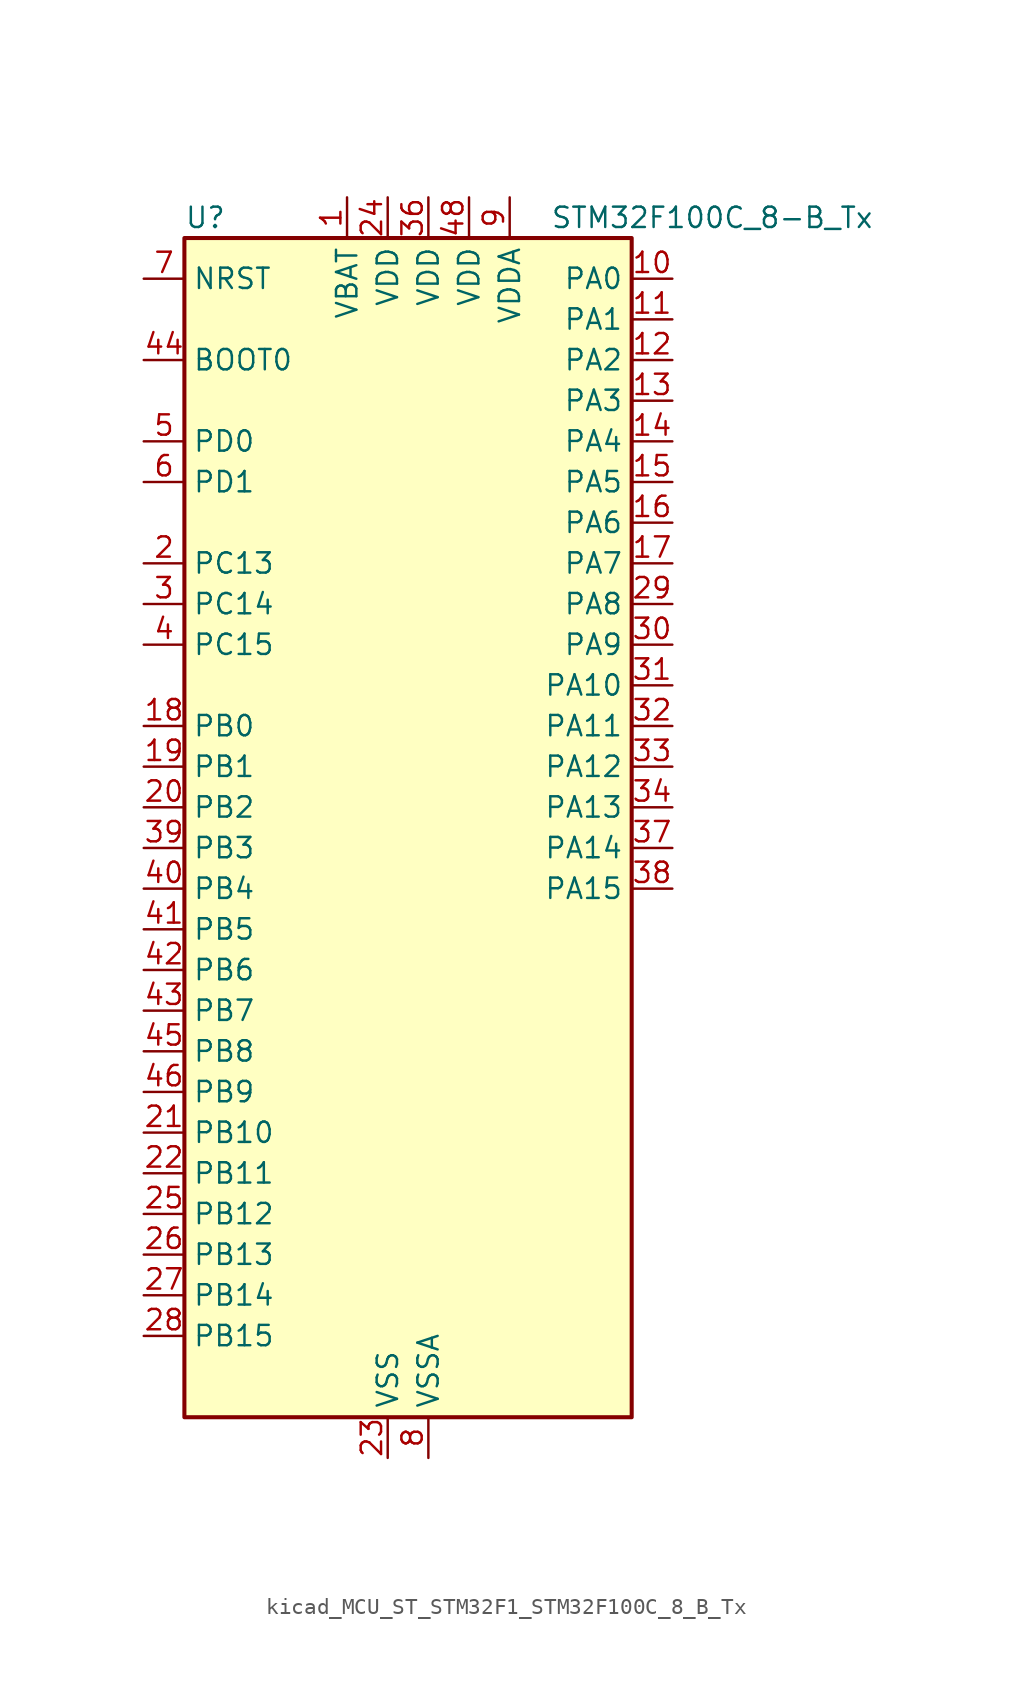
<source format=kicad_sym>
(kicad_symbol_lib
  (version 20220914)
  (generator kicad_symbol_editor)
  (symbol "kicad_MCU_ST_STM32F1_STM32F100C_8_B_Tx"
    (property "Reference" "U"
      (at -12.7 39.37 0)
      (effects (font (size 1.27 1.27)) (justify left)))
    (property "Value" "STM32F100C_8-B_Tx"
      (at 10.16 39.37 0)
      (effects (font (size 1.27 1.27)) (justify left)))
    (property "ki_locked" ""
      (at 0 0 0)
      (effects (font (size 1.27 1.27))))
    (symbol "kicad_MCU_ST_STM32F1_STM32F100C_8_B_Tx_0_1"
      (rectangle (start -12.7 -35.56) (end 15.24 38.1) (stroke (width 0.254) (type default)) (fill (type background))))
    (symbol "kicad_MCU_ST_STM32F1_STM32F100C_8_B_Tx_1_1"
      (pin power_in line (at -2.54 40.64 270) (length 2.54) (name "VBAT" (effects (font (size 1.27 1.27)))) (number "1" (effects (font (size 1.27 1.27)))))
      (pin bidirectional line (at 17.78 35.56 180) (length 2.54) (name "PA0" (effects (font (size 1.27 1.27)))) (number "10" (effects (font (size 1.27 1.27)))) (alternate "ADC1_IN0" bidirectional line) (alternate "SYS_WKUP" bidirectional line) (alternate "TIM2_CH1" bidirectional line) (alternate "TIM2_ETR" bidirectional line) (alternate "USART2_CTS" bidirectional line))
      (pin bidirectional line (at 17.78 33.02 180) (length 2.54) (name "PA1" (effects (font (size 1.27 1.27)))) (number "11" (effects (font (size 1.27 1.27)))) (alternate "ADC1_IN1" bidirectional line) (alternate "TIM2_CH2" bidirectional line) (alternate "USART2_RTS" bidirectional line))
      (pin bidirectional line (at 17.78 30.48 180) (length 2.54) (name "PA2" (effects (font (size 1.27 1.27)))) (number "12" (effects (font (size 1.27 1.27)))) (alternate "ADC1_IN2" bidirectional line) (alternate "TIM15_CH1" bidirectional line) (alternate "TIM2_CH3" bidirectional line) (alternate "USART2_TX" bidirectional line))
      (pin bidirectional line (at 17.78 27.94 180) (length 2.54) (name "PA3" (effects (font (size 1.27 1.27)))) (number "13" (effects (font (size 1.27 1.27)))) (alternate "ADC1_IN3" bidirectional line) (alternate "TIM15_CH2" bidirectional line) (alternate "TIM2_CH4" bidirectional line) (alternate "USART2_RX" bidirectional line))
      (pin bidirectional line (at 17.78 25.4 180) (length 2.54) (name "PA4" (effects (font (size 1.27 1.27)))) (number "14" (effects (font (size 1.27 1.27)))) (alternate "ADC1_IN4" bidirectional line) (alternate "DAC_OUT1" bidirectional line) (alternate "SPI1_NSS" bidirectional line) (alternate "USART2_CK" bidirectional line))
      (pin bidirectional line (at 17.78 22.86 180) (length 2.54) (name "PA5" (effects (font (size 1.27 1.27)))) (number "15" (effects (font (size 1.27 1.27)))) (alternate "ADC1_IN5" bidirectional line) (alternate "DAC_OUT2" bidirectional line) (alternate "SPI1_SCK" bidirectional line))
      (pin bidirectional line (at 17.78 20.32 180) (length 2.54) (name "PA6" (effects (font (size 1.27 1.27)))) (number "16" (effects (font (size 1.27 1.27)))) (alternate "ADC1_IN6" bidirectional line) (alternate "SPI1_MISO" bidirectional line) (alternate "TIM16_CH1" bidirectional line) (alternate "TIM1_BKIN" bidirectional line) (alternate "TIM3_CH1" bidirectional line))
      (pin bidirectional line (at 17.78 17.78 180) (length 2.54) (name "PA7" (effects (font (size 1.27 1.27)))) (number "17" (effects (font (size 1.27 1.27)))) (alternate "ADC1_IN7" bidirectional line) (alternate "SPI1_MOSI" bidirectional line) (alternate "TIM17_CH1" bidirectional line) (alternate "TIM1_CH1N" bidirectional line) (alternate "TIM3_CH2" bidirectional line))
      (pin bidirectional line (at -15.24 7.62 0) (length 2.54) (name "PB0" (effects (font (size 1.27 1.27)))) (number "18" (effects (font (size 1.27 1.27)))) (alternate "ADC1_IN8" bidirectional line) (alternate "TIM1_CH2N" bidirectional line) (alternate "TIM3_CH3" bidirectional line))
      (pin bidirectional line (at -15.24 5.08 0) (length 2.54) (name "PB1" (effects (font (size 1.27 1.27)))) (number "19" (effects (font (size 1.27 1.27)))) (alternate "ADC1_IN9" bidirectional line) (alternate "TIM1_CH3N" bidirectional line) (alternate "TIM3_CH4" bidirectional line))
      (pin bidirectional line (at -15.24 17.78 0) (length 2.54) (name "PC13" (effects (font (size 1.27 1.27)))) (number "2" (effects (font (size 1.27 1.27)))) (alternate "RTC_OUT" bidirectional line) (alternate "RTC_TAMPER" bidirectional line))
      (pin bidirectional line (at -15.24 2.54 0) (length 2.54) (name "PB2" (effects (font (size 1.27 1.27)))) (number "20" (effects (font (size 1.27 1.27)))))
      (pin bidirectional line (at -15.24 -17.78 0) (length 2.54) (name "PB10" (effects (font (size 1.27 1.27)))) (number "21" (effects (font (size 1.27 1.27)))) (alternate "CEC" bidirectional line) (alternate "I2C2_SCL" bidirectional line) (alternate "TIM2_CH3" bidirectional line) (alternate "USART3_TX" bidirectional line))
      (pin bidirectional line (at -15.24 -20.32 0) (length 2.54) (name "PB11" (effects (font (size 1.27 1.27)))) (number "22" (effects (font (size 1.27 1.27)))) (alternate "ADC1_EXTI11" bidirectional line) (alternate "I2C2_SDA" bidirectional line) (alternate "TIM2_CH4" bidirectional line) (alternate "USART3_RX" bidirectional line))
      (pin power_in line (at 0 -38.1 90) (length 2.54) (name "VSS" (effects (font (size 1.27 1.27)))) (number "23" (effects (font (size 1.27 1.27)))))
      (pin power_in line (at 0 40.64 270) (length 2.54) (name "VDD" (effects (font (size 1.27 1.27)))) (number "24" (effects (font (size 1.27 1.27)))))
      (pin bidirectional line (at -15.24 -22.86 0) (length 2.54) (name "PB12" (effects (font (size 1.27 1.27)))) (number "25" (effects (font (size 1.27 1.27)))) (alternate "I2C2_SMBA" bidirectional line) (alternate "SPI2_NSS" bidirectional line) (alternate "TIM1_BKIN" bidirectional line) (alternate "USART3_CK" bidirectional line))
      (pin bidirectional line (at -15.24 -25.4 0) (length 2.54) (name "PB13" (effects (font (size 1.27 1.27)))) (number "26" (effects (font (size 1.27 1.27)))) (alternate "SPI2_SCK" bidirectional line) (alternate "TIM1_CH1N" bidirectional line) (alternate "USART3_CTS" bidirectional line))
      (pin bidirectional line (at -15.24 -27.94 0) (length 2.54) (name "PB14" (effects (font (size 1.27 1.27)))) (number "27" (effects (font (size 1.27 1.27)))) (alternate "SPI2_MISO" bidirectional line) (alternate "TIM15_CH1" bidirectional line) (alternate "TIM1_CH2N" bidirectional line) (alternate "USART3_RTS" bidirectional line))
      (pin bidirectional line (at -15.24 -30.48 0) (length 2.54) (name "PB15" (effects (font (size 1.27 1.27)))) (number "28" (effects (font (size 1.27 1.27)))) (alternate "ADC1_EXTI15" bidirectional line) (alternate "SPI2_MOSI" bidirectional line) (alternate "TIM15_CH1N" bidirectional line) (alternate "TIM15_CH2" bidirectional line) (alternate "TIM1_CH3N" bidirectional line))
      (pin bidirectional line (at 17.78 15.24 180) (length 2.54) (name "PA8" (effects (font (size 1.27 1.27)))) (number "29" (effects (font (size 1.27 1.27)))) (alternate "RCC_MCO" bidirectional line) (alternate "TIM1_CH1" bidirectional line) (alternate "USART1_CK" bidirectional line))
      (pin bidirectional line (at -15.24 15.24 0) (length 2.54) (name "PC14" (effects (font (size 1.27 1.27)))) (number "3" (effects (font (size 1.27 1.27)))) (alternate "RCC_OSC32_IN" bidirectional line))
      (pin bidirectional line (at 17.78 12.7 180) (length 2.54) (name "PA9" (effects (font (size 1.27 1.27)))) (number "30" (effects (font (size 1.27 1.27)))) (alternate "DAC_EXTI9" bidirectional line) (alternate "TIM15_BKIN" bidirectional line) (alternate "TIM1_CH2" bidirectional line) (alternate "USART1_TX" bidirectional line))
      (pin bidirectional line (at 17.78 10.16 180) (length 2.54) (name "PA10" (effects (font (size 1.27 1.27)))) (number "31" (effects (font (size 1.27 1.27)))) (alternate "TIM17_BKIN" bidirectional line) (alternate "TIM1_CH3" bidirectional line) (alternate "USART1_RX" bidirectional line))
      (pin bidirectional line (at 17.78 7.62 180) (length 2.54) (name "PA11" (effects (font (size 1.27 1.27)))) (number "32" (effects (font (size 1.27 1.27)))) (alternate "ADC1_EXTI11" bidirectional line) (alternate "TIM1_CH4" bidirectional line) (alternate "USART1_CTS" bidirectional line))
      (pin bidirectional line (at 17.78 5.08 180) (length 2.54) (name "PA12" (effects (font (size 1.27 1.27)))) (number "33" (effects (font (size 1.27 1.27)))) (alternate "TIM1_ETR" bidirectional line) (alternate "USART1_RTS" bidirectional line))
      (pin bidirectional line (at 17.78 2.54 180) (length 2.54) (name "PA13" (effects (font (size 1.27 1.27)))) (number "34" (effects (font (size 1.27 1.27)))) (alternate "SYS_JTMS-SWDIO" bidirectional line))
      (pin passive line (at 0 -38.1 90) (length 2.54) hide (name "VSS" (effects (font (size 1.27 1.27)))) (number "35" (effects (font (size 1.27 1.27)))))
      (pin power_in line (at 2.54 40.64 270) (length 2.54) (name "VDD" (effects (font (size 1.27 1.27)))) (number "36" (effects (font (size 1.27 1.27)))))
      (pin bidirectional line (at 17.78 0 180) (length 2.54) (name "PA14" (effects (font (size 1.27 1.27)))) (number "37" (effects (font (size 1.27 1.27)))) (alternate "SYS_JTCK-SWCLK" bidirectional line))
      (pin bidirectional line (at 17.78 -2.54 180) (length 2.54) (name "PA15" (effects (font (size 1.27 1.27)))) (number "38" (effects (font (size 1.27 1.27)))) (alternate "ADC1_EXTI15" bidirectional line) (alternate "SPI1_NSS" bidirectional line) (alternate "SYS_JTDI" bidirectional line) (alternate "TIM2_CH1" bidirectional line) (alternate "TIM2_ETR" bidirectional line))
      (pin bidirectional line (at -15.24 0 0) (length 2.54) (name "PB3" (effects (font (size 1.27 1.27)))) (number "39" (effects (font (size 1.27 1.27)))) (alternate "SPI1_SCK" bidirectional line) (alternate "SYS_JTDO-TRACESWO" bidirectional line) (alternate "TIM2_CH2" bidirectional line))
      (pin bidirectional line (at -15.24 12.7 0) (length 2.54) (name "PC15" (effects (font (size 1.27 1.27)))) (number "4" (effects (font (size 1.27 1.27)))) (alternate "ADC1_EXTI15" bidirectional line) (alternate "RCC_OSC32_OUT" bidirectional line))
      (pin bidirectional line (at -15.24 -2.54 0) (length 2.54) (name "PB4" (effects (font (size 1.27 1.27)))) (number "40" (effects (font (size 1.27 1.27)))) (alternate "SPI1_MISO" bidirectional line) (alternate "SYS_NJTRST" bidirectional line) (alternate "TIM3_CH1" bidirectional line))
      (pin bidirectional line (at -15.24 -5.08 0) (length 2.54) (name "PB5" (effects (font (size 1.27 1.27)))) (number "41" (effects (font (size 1.27 1.27)))) (alternate "I2C1_SMBA" bidirectional line) (alternate "SPI1_MOSI" bidirectional line) (alternate "TIM16_BKIN" bidirectional line) (alternate "TIM3_CH2" bidirectional line))
      (pin bidirectional line (at -15.24 -7.62 0) (length 2.54) (name "PB6" (effects (font (size 1.27 1.27)))) (number "42" (effects (font (size 1.27 1.27)))) (alternate "I2C1_SCL" bidirectional line) (alternate "TIM16_CH1N" bidirectional line) (alternate "TIM4_CH1" bidirectional line) (alternate "USART1_TX" bidirectional line))
      (pin bidirectional line (at -15.24 -10.16 0) (length 2.54) (name "PB7" (effects (font (size 1.27 1.27)))) (number "43" (effects (font (size 1.27 1.27)))) (alternate "I2C1_SDA" bidirectional line) (alternate "TIM17_CH1N" bidirectional line) (alternate "TIM4_CH2" bidirectional line) (alternate "USART1_RX" bidirectional line))
      (pin input line (at -15.24 30.48 0) (length 2.54) (name "BOOT0" (effects (font (size 1.27 1.27)))) (number "44" (effects (font (size 1.27 1.27)))))
      (pin bidirectional line (at -15.24 -12.7 0) (length 2.54) (name "PB8" (effects (font (size 1.27 1.27)))) (number "45" (effects (font (size 1.27 1.27)))) (alternate "CEC" bidirectional line) (alternate "I2C1_SCL" bidirectional line) (alternate "TIM16_CH1" bidirectional line) (alternate "TIM4_CH3" bidirectional line))
      (pin bidirectional line (at -15.24 -15.24 0) (length 2.54) (name "PB9" (effects (font (size 1.27 1.27)))) (number "46" (effects (font (size 1.27 1.27)))) (alternate "DAC_EXTI9" bidirectional line) (alternate "I2C1_SDA" bidirectional line) (alternate "TIM17_CH1" bidirectional line) (alternate "TIM4_CH4" bidirectional line))
      (pin passive line (at 0 -38.1 90) (length 2.54) hide (name "VSS" (effects (font (size 1.27 1.27)))) (number "47" (effects (font (size 1.27 1.27)))))
      (pin power_in line (at 5.08 40.64 270) (length 2.54) (name "VDD" (effects (font (size 1.27 1.27)))) (number "48" (effects (font (size 1.27 1.27)))))
      (pin bidirectional line (at -15.24 25.4 0) (length 2.54) (name "PD0" (effects (font (size 1.27 1.27)))) (number "5" (effects (font (size 1.27 1.27)))) (alternate "RCC_OSC_IN" bidirectional line))
      (pin bidirectional line (at -15.24 22.86 0) (length 2.54) (name "PD1" (effects (font (size 1.27 1.27)))) (number "6" (effects (font (size 1.27 1.27)))) (alternate "RCC_OSC_OUT" bidirectional line))
      (pin input line (at -15.24 35.56 0) (length 2.54) (name "NRST" (effects (font (size 1.27 1.27)))) (number "7" (effects (font (size 1.27 1.27)))))
      (pin power_in line (at 2.54 -38.1 90) (length 2.54) (name "VSSA" (effects (font (size 1.27 1.27)))) (number "8" (effects (font (size 1.27 1.27)))))
      (pin power_in line (at 7.62 40.64 270) (length 2.54) (name "VDDA" (effects (font (size 1.27 1.27)))) (number "9" (effects (font (size 1.27 1.27))))))))
</source>
